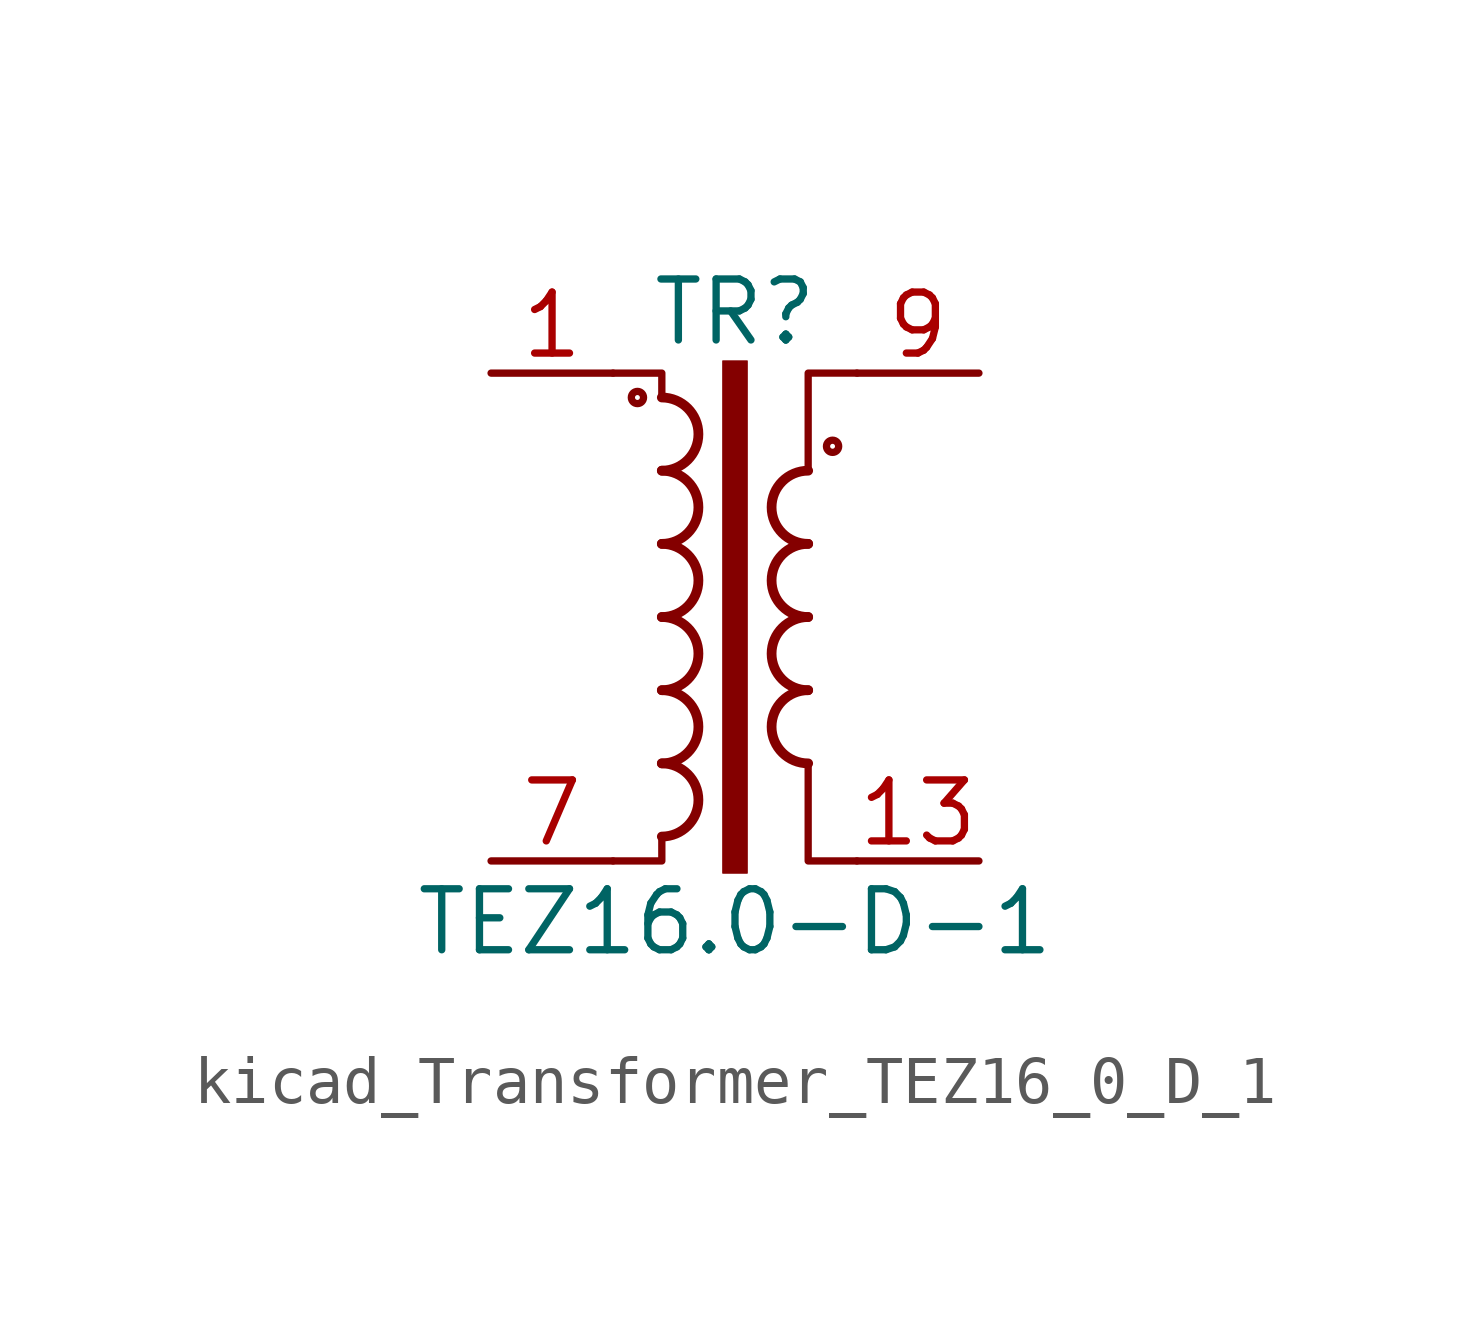
<source format=kicad_sym>
(kicad_symbol_lib
  (version 20220914)
  (generator kicad_symbol_editor)
  (symbol "kicad_Transformer_TEZ16_0_D_1"
    (pin_names
      (offset 0.025))
    (property "Reference" "TR"
      (at 0 6.35 0)
      (effects (font (size 1.27 1.27))))
    (property "Value" "TEZ16.0-D-1"
      (at 0 -6.35 0)
      (effects (font (size 1.27 1.27))))
    (symbol "kicad_Transformer_TEZ16_0_D_1_0_1"
      (circle (center -2.032 4.572) (radius 0.127) (stroke (width 0) (type default)) (fill (type none)))
      (arc (start -1.524 -4.572) (mid -0.7653 -3.81) (end -1.524 -3.048) (stroke (width 0.2032) (type default)) (fill (type none)))
      (arc (start -1.524 -3.048) (mid -0.7653 -2.286) (end -1.524 -1.524) (stroke (width 0.2032) (type default)) (fill (type none)))
      (arc (start -1.524 -1.524) (mid -0.7653 -0.762) (end -1.524 0) (stroke (width 0.2032) (type default)) (fill (type none)))
      (arc (start -1.524 0) (mid -0.7653 0.762) (end -1.524 1.524) (stroke (width 0.2032) (type default)) (fill (type none)))
      (arc (start -1.524 1.524) (mid -0.7653 2.286) (end -1.524 3.048) (stroke (width 0.2032) (type default)) (fill (type none)))
      (arc (start -1.524 3.048) (mid -0.7653 3.81) (end -1.524 4.572) (stroke (width 0.2032) (type default)) (fill (type none)))
      (rectangle (start -0.254 5.334) (end 0.254 -5.334) (stroke (width 0.025) (type default)) (fill (type outline)))
      (polyline (pts (xy -1.524 -4.572) (xy -1.524 -5.08) (xy -2.54 -5.08)) (stroke (width 0) (type default)) (fill (type none)))
      (polyline (pts (xy -1.524 4.572) (xy -1.524 5.08) (xy -2.54 5.08)) (stroke (width 0) (type default)) (fill (type none)))
      (polyline (pts (xy 1.524 3.048) (xy 1.524 5.08) (xy 2.54 5.08) (xy 2.54 5.08)) (stroke (width 0.152) (type default)) (fill (type none)))
      (polyline (pts (xy 2.54 -5.08) (xy 1.524 -5.08) (xy 1.524 -3.048) (xy 1.524 -3.048)) (stroke (width 0.152) (type default)) (fill (type none)))
      (arc (start 1.524 -1.524) (mid 0.7653 -2.286) (end 1.524 -3.048) (stroke (width 0.2032) (type default)) (fill (type none)))
      (arc (start 1.524 0) (mid 0.7653 -0.762) (end 1.524 -1.524) (stroke (width 0.2032) (type default)) (fill (type none)))
      (arc (start 1.524 1.524) (mid 0.7653 0.762) (end 1.524 0) (stroke (width 0.2032) (type default)) (fill (type none)))
      (arc (start 1.524 3.048) (mid 0.7653 2.286) (end 1.524 1.524) (stroke (width 0.2032) (type default)) (fill (type none)))
      (circle (center 2.032 3.556) (radius 0.127) (stroke (width 0) (type default)) (fill (type none))))
    (symbol "kicad_Transformer_TEZ16_0_D_1_1_1"
      (pin passive line (at -5.08 5.08 0) (length 2.54) (name "~" (effects (font (size 1.27 1.27)))) (number "1" (effects (font (size 1.27 1.27)))))
      (pin passive line (at 5.08 -5.08 180) (length 2.54) (name "~" (effects (font (size 1.27 1.27)))) (number "13" (effects (font (size 1.27 1.27)))))
      (pin passive line (at -5.08 -5.08 0) (length 2.54) (name "~" (effects (font (size 1.27 1.27)))) (number "7" (effects (font (size 1.27 1.27)))))
      (pin passive line (at 5.08 5.08 180) (length 2.54) (name "~" (effects (font (size 1.27 1.27)))) (number "9" (effects (font (size 1.27 1.27))))))))
</source>
